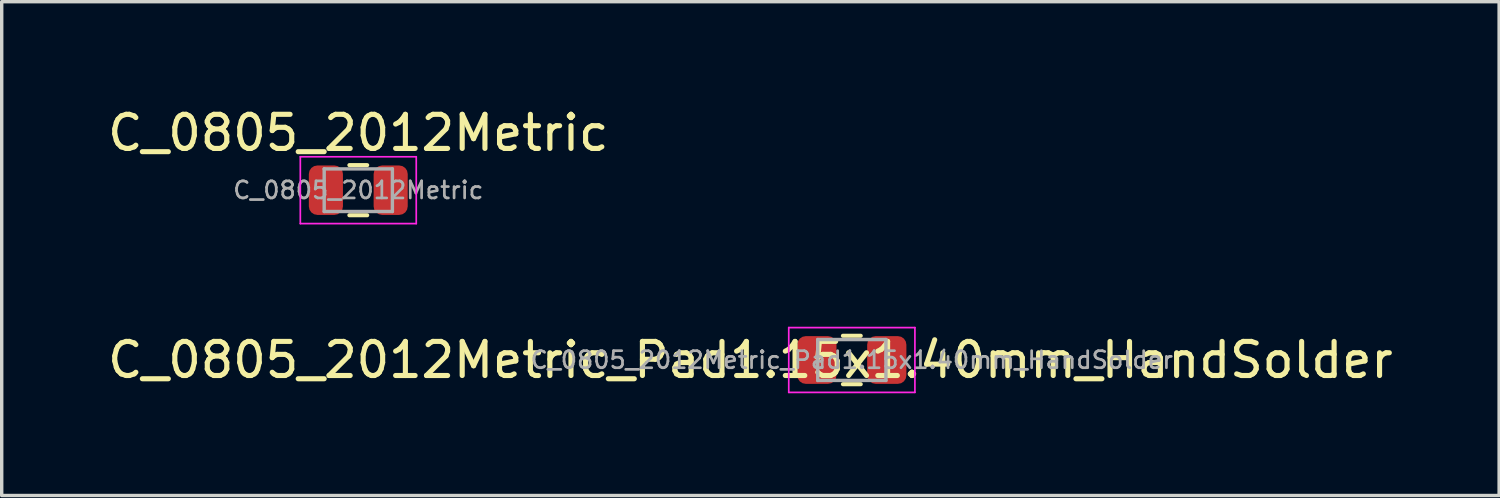
<source format=kicad_pcb>
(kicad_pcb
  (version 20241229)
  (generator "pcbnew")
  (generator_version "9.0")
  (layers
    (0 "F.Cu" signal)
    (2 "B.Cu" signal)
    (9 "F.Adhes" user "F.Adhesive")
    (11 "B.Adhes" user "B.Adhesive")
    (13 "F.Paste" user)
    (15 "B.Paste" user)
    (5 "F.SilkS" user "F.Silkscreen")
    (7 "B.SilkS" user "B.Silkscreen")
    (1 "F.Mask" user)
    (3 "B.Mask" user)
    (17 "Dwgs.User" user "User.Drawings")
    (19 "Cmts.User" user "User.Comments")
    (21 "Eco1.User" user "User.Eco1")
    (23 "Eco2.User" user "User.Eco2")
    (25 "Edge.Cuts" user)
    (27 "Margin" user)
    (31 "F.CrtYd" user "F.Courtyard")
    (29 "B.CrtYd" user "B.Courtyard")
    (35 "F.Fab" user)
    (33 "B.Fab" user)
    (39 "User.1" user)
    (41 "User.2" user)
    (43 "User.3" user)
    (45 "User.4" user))
  (footprint "C_0805_2012Metric_Pad1.15x1.40mm_HandSolder"
    (layer "F.Cu")
    (at 21.933 7.508)
    (property "Reference" "C_0805_2012Metric_Pad1.15x1.40mm_HandSolder" (at -2.975 0 0) (layer "F.SilkS") (effects (font (size 1 1) (thickness 0.15))))
    (attr smd)
    (fp_line (start -0.261 -0.71) (end 0.261 -0.71) (stroke (width 0.12) (type solid)) (layer "F.SilkS"))
    (fp_line (start -0.261 0.71) (end 0.261 0.71) (stroke (width 0.12) (type solid)) (layer "F.SilkS"))
    (fp_line (start -1.85 -0.95) (end 1.85 -0.95) (stroke (width 0.05) (type solid)) (layer "F.CrtYd"))
    (fp_line (start -1.85 0.95) (end -1.85 -0.95) (stroke (width 0.05) (type solid)) (layer "F.CrtYd"))
    (fp_line (start 1.85 -0.95) (end 1.85 0.95) (stroke (width 0.05) (type solid)) (layer "F.CrtYd"))
    (fp_line (start 1.85 0.95) (end -1.85 0.95) (stroke (width 0.05) (type solid)) (layer "F.CrtYd"))
    (fp_line (start -1 -0.6) (end 1 -0.6) (stroke (width 0.1) (type solid)) (layer "F.Fab"))
    (fp_line (start -1 0.6) (end -1 -0.6) (stroke (width 0.1) (type solid)) (layer "F.Fab"))
    (fp_line (start 1 -0.6) (end 1 0.6) (stroke (width 0.1) (type solid)) (layer "F.Fab"))
    (fp_line (start 1 0.6) (end -1 0.6) (stroke (width 0.1) (type solid)) (layer "F.Fab"))
    (fp_text user "${REFERENCE}" (at 0 0 0) (layer "F.Fab") (effects (font (size 0.5 0.5) (thickness 0.08))))
    (pad "1" smd roundrect (at -1.025 0) (size 1.15 1.4) (layers "F.Cu" "F.Mask" "F.Paste") (roundrect_rratio 0.217))
    (pad "2" smd roundrect (at 1.025 0) (size 1.15 1.4) (layers "F.Cu" "F.Mask" "F.Paste") (roundrect_rratio 0.217)))
  (footprint "C_0805_2012Metric"
    (layer "F.Cu")
    (at 7.458 2.528)
    (property "Reference" "C_0805_2012Metric" (at 0 -1.68 0) (layer "F.SilkS") (effects (font (size 1 1) (thickness 0.15))))
    (attr smd)
    (fp_line (start -0.261 -0.735) (end 0.261 -0.735) (stroke (width 0.12) (type solid)) (layer "F.SilkS"))
    (fp_line (start -0.261 0.735) (end 0.261 0.735) (stroke (width 0.12) (type solid)) (layer "F.SilkS"))
    (fp_line (start -1.7 -0.98) (end 1.7 -0.98) (stroke (width 0.05) (type solid)) (layer "F.CrtYd"))
    (fp_line (start -1.7 0.98) (end -1.7 -0.98) (stroke (width 0.05) (type solid)) (layer "F.CrtYd"))
    (fp_line (start 1.7 -0.98) (end 1.7 0.98) (stroke (width 0.05) (type solid)) (layer "F.CrtYd"))
    (fp_line (start 1.7 0.98) (end -1.7 0.98) (stroke (width 0.05) (type solid)) (layer "F.CrtYd"))
    (fp_line (start -1 -0.625) (end 1 -0.625) (stroke (width 0.1) (type solid)) (layer "F.Fab"))
    (fp_line (start -1 0.625) (end -1 -0.625) (stroke (width 0.1) (type solid)) (layer "F.Fab"))
    (fp_line (start 1 -0.625) (end 1 0.625) (stroke (width 0.1) (type solid)) (layer "F.Fab"))
    (fp_line (start 1 0.625) (end -1 0.625) (stroke (width 0.1) (type solid)) (layer "F.Fab"))
    (fp_text user "${REFERENCE}" (at 0 0 0) (layer "F.Fab") (effects (font (size 0.5 0.5) (thickness 0.08))))
    (pad "1" smd roundrect (at -0.95 0) (size 1 1.45) (layers "F.Cu" "F.Mask" "F.Paste") (roundrect_rratio 0.25))
    (pad "2" smd roundrect (at 0.95 0) (size 1 1.45) (layers "F.Cu" "F.Mask" "F.Paste") (roundrect_rratio 0.25)))
  (gr_rect
    (start -3 -3)
    (end 40.917 11.483)
    (stroke (width 0.1) (type default))
    (fill no)
    (layer "Edge.Cuts")))
</source>
